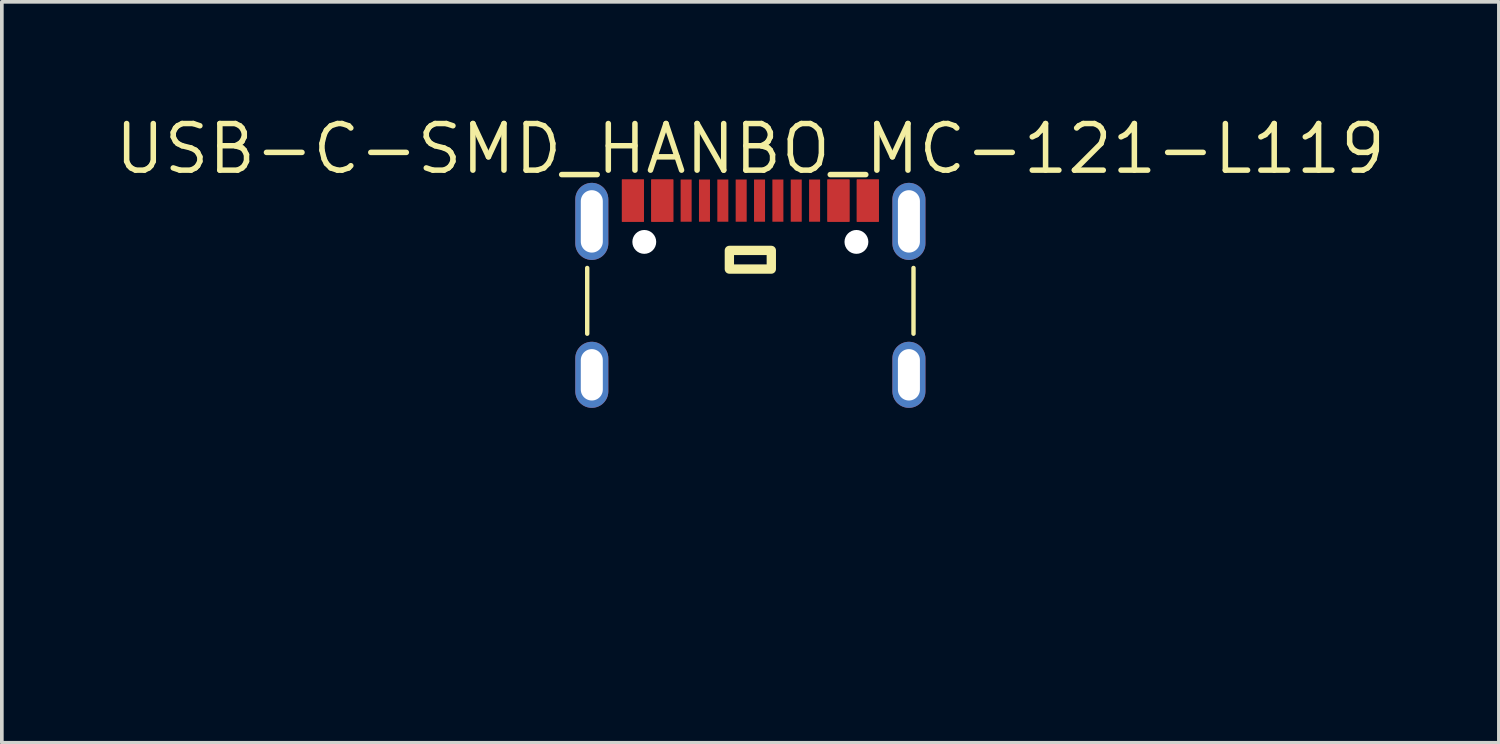
<source format=kicad_pcb>
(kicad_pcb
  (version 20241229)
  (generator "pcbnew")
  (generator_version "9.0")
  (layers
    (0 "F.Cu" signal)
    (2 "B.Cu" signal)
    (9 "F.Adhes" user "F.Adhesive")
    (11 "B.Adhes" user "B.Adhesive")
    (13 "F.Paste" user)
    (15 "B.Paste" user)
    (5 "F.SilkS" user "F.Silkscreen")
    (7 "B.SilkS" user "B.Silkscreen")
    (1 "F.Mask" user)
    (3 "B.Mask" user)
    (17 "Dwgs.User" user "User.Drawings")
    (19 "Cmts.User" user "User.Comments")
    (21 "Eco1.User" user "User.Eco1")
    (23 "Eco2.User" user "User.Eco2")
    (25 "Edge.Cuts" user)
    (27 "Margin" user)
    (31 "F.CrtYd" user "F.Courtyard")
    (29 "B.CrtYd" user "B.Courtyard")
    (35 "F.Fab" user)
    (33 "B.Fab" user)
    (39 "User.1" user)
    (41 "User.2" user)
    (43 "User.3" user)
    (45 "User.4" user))
  (footprint "USB-C-SMD_HANBO_MC-121-L119"
    (layer "F.Cu")
    (at 17.394 4.789)
    (property "Reference" "USB-C-SMD_HANBO_MC-121-L119" (at 0 -3.783 0) (unlocked yes) (layer "F.SilkS") (effects (font (size 1.27 1.27) (thickness 0.15))))
    (fp_line (start -4.445 1.253) (end -4.445 -0.538) (stroke (width 0.12) (type default)) (layer "F.SilkS"))
    (fp_line (start 4.445 1.253) (end 4.445 -0.538) (stroke (width 0.12) (type default)) (layer "F.SilkS"))
    (fp_rect (start -0.572 -1.016) (end 0.571 -0.508) (stroke (width 0.254) (type default)) (fill no) (layer "F.SilkS"))
    (fp_circle (center -2.89 -1.248) (end -2.74 -1.248) (stroke (width 0.3) (type default)) (fill no) (layer "Dwgs.User"))
    (fp_circle (center 2.89 -1.248) (end 3.04 -1.248) (stroke (width 0.3) (type default)) (fill no) (layer "Dwgs.User"))
    (fp_circle (center 4.47 -2.502) (end 4.5 -2.502) (stroke (width 0.06) (type default)) (fill no) (layer "User.5"))
    (pad "" np_thru_hole circle (at -2.89 -1.248) (size 0.65 0.65) (drill 0.65) (layers "*.Cu" "*.Mask"))
    (pad "" np_thru_hole circle (at 2.89 -1.248) (size 0.65 0.65) (drill 0.65) (layers "*.Cu" "*.Mask"))
    (pad "A1" smd rect (at -3.2 -2.373) (size 0.6 1.15) (layers "F.Cu" "F.Mask" "F.Paste"))
    (pad "A4" smd rect (at -2.4 -2.373) (size 0.6 1.15) (layers "F.Cu" "F.Mask" "F.Paste"))
    (pad "A5" smd rect (at -1.25 -2.373) (size 0.3 1.15) (layers "F.Cu" "F.Mask" "F.Paste"))
    (pad "A6" smd rect (at -0.25 -2.373) (size 0.3 1.15) (layers "F.Cu" "F.Mask" "F.Paste"))
    (pad "A7" smd rect (at 0.25 -2.373) (size 0.3 1.15) (layers "F.Cu" "F.Mask" "F.Paste"))
    (pad "A8" smd rect (at 1.25 -2.373) (size 0.3 1.15) (layers "F.Cu" "F.Mask" "F.Paste"))
    (pad "A9" smd rect (at 2.4 -2.373) (size 0.6 1.15) (layers "F.Cu" "F.Mask" "F.Paste"))
    (pad "A12" smd rect (at 3.2 -2.373) (size 0.6 1.15) (layers "F.Cu" "F.Mask" "F.Paste"))
    (pad "B1" smd rect (at 3.2 -2.373) (size 0.6 1.15) (layers "F.Cu" "F.Mask" "F.Paste"))
    (pad "B4" smd rect (at 2.4 -2.373) (size 0.6 1.15) (layers "F.Cu" "F.Mask" "F.Paste"))
    (pad "B5" smd rect (at 1.75 -2.373) (size 0.3 1.15) (layers "F.Cu" "F.Mask" "F.Paste"))
    (pad "B6" smd rect (at 0.75 -2.373) (size 0.3 1.15) (layers "F.Cu" "F.Mask" "F.Paste"))
    (pad "B7" smd rect (at -0.75 -2.373) (size 0.3 1.15) (layers "F.Cu" "F.Mask" "F.Paste"))
    (pad "B8" smd rect (at -1.75 -2.373) (size 0.3 1.15) (layers "F.Cu" "F.Mask" "F.Paste"))
    (pad "B9" smd rect (at -2.4 -2.373) (size 0.6 1.15) (layers "F.Cu" "F.Mask" "F.Paste"))
    (pad "B12" smd rect (at -3.2 -2.373) (size 0.6 1.15) (layers "F.Cu" "F.Mask" "F.Paste"))
    (pad "S1" thru_hole oval (at -4.32 -1.807) (size 0.9 2.1) (drill oval 0.6 1.7) (layers "*.Cu" "*.Mask"))
    (pad "S1" thru_hole oval (at -4.32 2.373) (size 0.9 1.8) (drill oval 0.6 1.4) (layers "*.Cu" "*.Mask"))
    (pad "S1" thru_hole oval (at 4.32 -1.807) (size 0.9 2.1) (drill oval 0.6 1.7) (layers "*.Cu" "*.Mask"))
    (pad "S1" thru_hole oval (at 4.32 2.373) (size 0.9 1.8) (drill oval 0.6 1.4) (layers "*.Cu" "*.Mask"))
    (zone (net_name "") (layer "F.Paste") (hatch edge 0.5) (priority 100) (connect_pads yes) (min_thickness 0) (filled_areas_thickness no) (fill yes) (polygon (pts (xy 13.894 1.841) (xy 13.894 2.991) (xy 14.494 2.991) (xy 14.494 1.841))) (filled_polygon (layer "F.Paste") (island) (pts (xy 13.894 1.841) (xy 13.894 2.991) (xy 14.494 2.991) (xy 14.494 1.841))))
    (zone (net_name "") (layer "F.Paste") (hatch edge 0.5) (priority 100) (connect_pads yes) (min_thickness 0) (filled_areas_thickness no) (fill yes) (polygon (pts (xy 14.694 1.841) (xy 14.694 2.991) (xy 15.294 2.991) (xy 15.294 1.841))) (filled_polygon (layer "F.Paste") (island) (pts (xy 14.694 1.841) (xy 14.694 2.991) (xy 15.294 2.991) (xy 15.294 1.841))))
    (zone (net_name "") (layer "F.Paste") (hatch edge 0.5) (priority 100) (connect_pads yes) (min_thickness 0) (filled_areas_thickness no) (fill yes) (polygon (pts (xy 15.794 2.991) (xy 15.794 1.841) (xy 15.494 1.841) (xy 15.494 2.991))) (filled_polygon (layer "F.Paste") (island) (pts (xy 15.794 2.991) (xy 15.794 1.841) (xy 15.494 1.841) (xy 15.494 2.991))))
    (zone (net_name "") (layer "F.Paste") (hatch edge 0.5) (priority 100) (connect_pads yes) (min_thickness 0) (filled_areas_thickness no) (fill yes) (polygon (pts (xy 16.294 2.991) (xy 16.294 1.841) (xy 15.994 1.841) (xy 15.994 2.991))) (filled_polygon (layer "F.Paste") (island) (pts (xy 16.294 2.991) (xy 16.294 1.841) (xy 15.994 1.841) (xy 15.994 2.991))))
    (zone (net_name "") (layer "F.Paste") (hatch edge 0.5) (priority 100) (connect_pads yes) (min_thickness 0) (filled_areas_thickness no) (fill yes) (polygon (pts (xy 16.794 2.991) (xy 16.794 1.841) (xy 16.494 1.841) (xy 16.494 2.991))) (filled_polygon (layer "F.Paste") (island) (pts (xy 16.794 2.991) (xy 16.794 1.841) (xy 16.494 1.841) (xy 16.494 2.991))))
    (zone (net_name "") (layer "F.Paste") (hatch edge 0.5) (priority 100) (connect_pads yes) (min_thickness 0) (filled_areas_thickness no) (fill yes) (polygon (pts (xy 17.294 2.991) (xy 17.294 1.841) (xy 16.994 1.841) (xy 16.994 2.991))) (filled_polygon (layer "F.Paste") (island) (pts (xy 17.294 2.991) (xy 17.294 1.841) (xy 16.994 1.841) (xy 16.994 2.991))))
    (zone (net_name "") (layer "F.Paste") (hatch edge 0.5) (priority 100) (connect_pads yes) (min_thickness 0) (filled_areas_thickness no) (fill yes) (polygon (pts (xy 17.794 2.991) (xy 17.794 1.841) (xy 17.494 1.841) (xy 17.494 2.991))) (filled_polygon (layer "F.Paste") (island) (pts (xy 17.794 2.991) (xy 17.794 1.841) (xy 17.494 1.841) (xy 17.494 2.991))))
    (zone (net_name "") (layer "F.Paste") (hatch edge 0.5) (priority 100) (connect_pads yes) (min_thickness 0) (filled_areas_thickness no) (fill yes) (polygon (pts (xy 18.294 2.991) (xy 18.294 1.841) (xy 17.994 1.841) (xy 17.994 2.991))) (filled_polygon (layer "F.Paste") (island) (pts (xy 18.294 2.991) (xy 18.294 1.841) (xy 17.994 1.841) (xy 17.994 2.991))))
    (zone (net_name "") (layer "F.Paste") (hatch edge 0.5) (priority 100) (connect_pads yes) (min_thickness 0) (filled_areas_thickness no) (fill yes) (polygon (pts (xy 18.794 2.991) (xy 18.794 1.841) (xy 18.494 1.841) (xy 18.494 2.991))) (filled_polygon (layer "F.Paste") (island) (pts (xy 18.794 2.991) (xy 18.794 1.841) (xy 18.494 1.841) (xy 18.494 2.991))))
    (zone (net_name "") (layer "F.Paste") (hatch edge 0.5) (priority 100) (connect_pads yes) (min_thickness 0) (filled_areas_thickness no) (fill yes) (polygon (pts (xy 18.994 1.841) (xy 18.994 2.991) (xy 19.294 2.991) (xy 19.294 1.841))) (filled_polygon (layer "F.Paste") (island) (pts (xy 18.994 1.841) (xy 18.994 2.991) (xy 19.294 2.991) (xy 19.294 1.841))))
    (zone (net_name "") (layer "F.Paste") (hatch edge 0.5) (priority 100) (connect_pads yes) (min_thickness 0) (filled_areas_thickness no) (fill yes) (polygon (pts (xy 19.494 1.841) (xy 19.494 2.991) (xy 20.094 2.991) (xy 20.094 1.841))) (filled_polygon (layer "F.Paste") (island) (pts (xy 19.494 1.841) (xy 19.494 2.991) (xy 20.094 2.991) (xy 20.094 1.841))))
    (zone (net_name "") (layer "F.Paste") (hatch edge 0.5) (priority 100) (connect_pads yes) (min_thickness 0) (filled_areas_thickness no) (fill yes) (polygon (pts (xy 20.894 2.991) (xy 20.894 1.841) (xy 20.294 1.841) (xy 20.294 2.991))) (filled_polygon (layer "F.Paste") (island) (pts (xy 20.894 2.991) (xy 20.894 1.841) (xy 20.294 1.841) (xy 20.294 2.991))))
    (zone (net_name "") (layer "F.Paste") (hatch edge 0.5) (priority 100) (connect_pads yes) (min_thickness 0) (filled_areas_thickness no) (fill yes) (polygon (pts (xy 13.063 1.931) (xy 13.041 1.933) (xy 13.018 1.935) (xy 12.996 1.938) (xy 12.974 1.943) (xy 12.952 1.948) (xy 12.931 1.955) (xy 12.91 1.962) (xy 12.889 1.971) (xy 12.869 1.981) (xy 12.849 1.992) (xy 12.83 2.003) (xy 12.812 2.016) (xy 12.794 2.03) (xy 12.776 2.044) (xy 12.76 2.059) (xy 12.744 2.075) (xy 12.73 2.092) (xy 12.716 2.11) (xy 12.702 2.128) (xy 12.69 2.147) (xy 12.679 2.166) (xy 12.669 2.186) (xy 12.66 2.207) (xy 12.651 2.227) (xy 12.644 2.249) (xy 12.638 2.27) (xy 12.633 2.292) (xy 12.629 2.314) (xy 12.626 2.337) (xy 12.625 2.359) (xy 12.624 2.381) (xy 12.624 3.581) (xy 12.625 3.604) (xy 12.626 3.626) (xy 12.629 3.648) (xy 12.633 3.671) (xy 12.638 3.692) (xy 12.644 3.714) (xy 12.651 3.735) (xy 12.66 3.756) (xy 12.669 3.777) (xy 12.679 3.797) (xy 12.69 3.816) (xy 12.702 3.835) (xy 12.716 3.853) (xy 12.73 3.871) (xy 12.744 3.888) (xy 12.76 3.904) (xy 12.776 3.919) (xy 12.794 3.933) (xy 12.812 3.947) (xy 12.83 3.959) (xy 12.849 3.971) (xy 12.869 3.982) (xy 12.889 3.991) (xy 12.91 4) (xy 12.931 4.008) (xy 12.952 4.015) (xy 12.974 4.02) (xy 12.996 4.024) (xy 13.018 4.028) (xy 13.041 4.03) (xy 13.063 4.031) (xy 13.085 4.031) (xy 13.108 4.03) (xy 13.13 4.028) (xy 13.152 4.024) (xy 13.174 4.02) (xy 13.196 4.015) (xy 13.218 4.008) (xy 13.239 4) (xy 13.259 3.991) (xy 13.28 3.982) (xy 13.299 3.971) (xy 13.318 3.959) (xy 13.337 3.947) (xy 13.355 3.933) (xy 13.372 3.919) (xy 13.388 3.904) (xy 13.404 3.888) (xy 13.419 3.871) (xy 13.433 3.853) (xy 13.446 3.835) (xy 13.458 3.816) (xy 13.469 3.797) (xy 13.48 3.777) (xy 13.489 3.756) (xy 13.497 3.735) (xy 13.504 3.714) (xy 13.51 3.692) (xy 13.515 3.671) (xy 13.519 3.648) (xy 13.522 3.626) (xy 13.524 3.604) (xy 13.524 3.581) (xy 13.524 2.381) (xy 13.524 2.359) (xy 13.522 2.337) (xy 13.519 2.314) (xy 13.515 2.292) (xy 13.51 2.27) (xy 13.504 2.249) (xy 13.497 2.227) (xy 13.489 2.207) (xy 13.48 2.186) (xy 13.469 2.166) (xy 13.458 2.147) (xy 13.446 2.128) (xy 13.433 2.11) (xy 13.419 2.092) (xy 13.404 2.075) (xy 13.388 2.059) (xy 13.372 2.044) (xy 13.355 2.03) (xy 13.337 2.016) (xy 13.318 2.003) (xy 13.299 1.992) (xy 13.28 1.981) (xy 13.259 1.971) (xy 13.239 1.962) (xy 13.218 1.955) (xy 13.196 1.948) (xy 13.174 1.943) (xy 13.152 1.938) (xy 13.13 1.935) (xy 13.108 1.933) (xy 13.085 1.931))) (filled_polygon (layer "F.Paste") (island) (pts (xy 13.063 1.931) (xy 13.041 1.933) (xy 13.018 1.935) (xy 12.996 1.938) (xy 12.974 1.943) (xy 12.952 1.948) (xy 12.931 1.955) (xy 12.91 1.962) (xy 12.889 1.971) (xy 12.869 1.981) (xy 12.849 1.992) (xy 12.83 2.003) (xy 12.812 2.016) (xy 12.794 2.03) (xy 12.776 2.044) (xy 12.76 2.059) (xy 12.744 2.075) (xy 12.73 2.092) (xy 12.716 2.11) (xy 12.702 2.128) (xy 12.69 2.147) (xy 12.679 2.166) (xy 12.669 2.186) (xy 12.66 2.207) (xy 12.651 2.227) (xy 12.644 2.249) (xy 12.638 2.27) (xy 12.633 2.292) (xy 12.629 2.314) (xy 12.626 2.337) (xy 12.625 2.359) (xy 12.624 2.381) (xy 12.624 3.581) (xy 12.625 3.604) (xy 12.626 3.626) (xy 12.629 3.648) (xy 12.633 3.671) (xy 12.638 3.692) (xy 12.644 3.714) (xy 12.651 3.735) (xy 12.66 3.756) (xy 12.669 3.777) (xy 12.679 3.797) (xy 12.69 3.816) (xy 12.702 3.835) (xy 12.716 3.853) (xy 12.73 3.871) (xy 12.744 3.888) (xy 12.76 3.904) (xy 12.776 3.919) (xy 12.794 3.933) (xy 12.812 3.947) (xy 12.83 3.959) (xy 12.849 3.971) (xy 12.869 3.982) (xy 12.889 3.991) (xy 12.91 4) (xy 12.931 4.008) (xy 12.952 4.015) (xy 12.974 4.02) (xy 12.996 4.024) (xy 13.018 4.028) (xy 13.041 4.03) (xy 13.063 4.031) (xy 13.085 4.031) (xy 13.108 4.03) (xy 13.13 4.028) (xy 13.152 4.024) (xy 13.174 4.02) (xy 13.196 4.015) (xy 13.218 4.008) (xy 13.239 4) (xy 13.259 3.991) (xy 13.28 3.982) (xy 13.299 3.971) (xy 13.318 3.959) (xy 13.337 3.947) (xy 13.355 3.933) (xy 13.372 3.919) (xy 13.388 3.904) (xy 13.404 3.888) (xy 13.419 3.871) (xy 13.433 3.853) (xy 13.446 3.835) (xy 13.458 3.816) (xy 13.469 3.797) (xy 13.48 3.777) (xy 13.489 3.756) (xy 13.497 3.735) (xy 13.504 3.714) (xy 13.51 3.692) (xy 13.515 3.671) (xy 13.519 3.648) (xy 13.522 3.626) (xy 13.524 3.604) (xy 13.524 3.581) (xy 13.524 2.381) (xy 13.524 2.359) (xy 13.522 2.337) (xy 13.519 2.314) (xy 13.515 2.292) (xy 13.51 2.27) (xy 13.504 2.249) (xy 13.497 2.227) (xy 13.489 2.207) (xy 13.48 2.186) (xy 13.469 2.166) (xy 13.458 2.147) (xy 13.446 2.128) (xy 13.433 2.11) (xy 13.419 2.092) (xy 13.404 2.075) (xy 13.388 2.059) (xy 13.372 2.044) (xy 13.355 2.03) (xy 13.337 2.016) (xy 13.318 2.003) (xy 13.299 1.992) (xy 13.28 1.981) (xy 13.259 1.971) (xy 13.239 1.962) (xy 13.218 1.955) (xy 13.196 1.948) (xy 13.174 1.943) (xy 13.152 1.938) (xy 13.13 1.935) (xy 13.108 1.933) (xy 13.085 1.931))))
    (zone (net_name "") (layer "F.Paste") (hatch edge 0.5) (priority 100) (connect_pads yes) (min_thickness 0) (filled_areas_thickness no) (fill yes) (polygon (pts (xy 13.108 6.263) (xy 13.085 6.261) (xy 13.063 6.261) (xy 13.041 6.263) (xy 13.018 6.265) (xy 12.996 6.268) (xy 12.974 6.272) (xy 12.952 6.278) (xy 12.931 6.285) (xy 12.91 6.292) (xy 12.889 6.301) (xy 12.869 6.311) (xy 12.849 6.322) (xy 12.83 6.333) (xy 12.812 6.346) (xy 12.794 6.359) (xy 12.776 6.374) (xy 12.76 6.389) (xy 12.744 6.405) (xy 12.73 6.422) (xy 12.716 6.439) (xy 12.702 6.458) (xy 12.69 6.477) (xy 12.679 6.496) (xy 12.669 6.516) (xy 12.66 6.536) (xy 12.651 6.557) (xy 12.644 6.579) (xy 12.638 6.6) (xy 12.633 6.622) (xy 12.629 6.644) (xy 12.626 6.666) (xy 12.625 6.689) (xy 12.624 6.711) (xy 12.624 7.611) (xy 12.625 7.634) (xy 12.626 7.656) (xy 12.629 7.678) (xy 12.633 7.7) (xy 12.638 7.722) (xy 12.644 7.744) (xy 12.651 7.765) (xy 12.66 7.786) (xy 12.669 7.806) (xy 12.679 7.826) (xy 12.69 7.846) (xy 12.702 7.865) (xy 12.716 7.883) (xy 12.73 7.901) (xy 12.744 7.917) (xy 12.76 7.933) (xy 12.776 7.949) (xy 12.794 7.963) (xy 12.812 7.977) (xy 12.83 7.989) (xy 12.849 8.001) (xy 12.869 8.012) (xy 12.889 8.021) (xy 12.91 8.03) (xy 12.931 8.038) (xy 12.952 8.044) (xy 12.974 8.05) (xy 12.996 8.054) (xy 13.018 8.058) (xy 13.041 8.06) (xy 13.063 8.061) (xy 13.085 8.061) (xy 13.108 8.06) (xy 13.13 8.058) (xy 13.152 8.054) (xy 13.174 8.05) (xy 13.196 8.044) (xy 13.218 8.038) (xy 13.239 8.03) (xy 13.259 8.021) (xy 13.28 8.012) (xy 13.299 8.001) (xy 13.318 7.989) (xy 13.337 7.977) (xy 13.355 7.963) (xy 13.372 7.949) (xy 13.388 7.933) (xy 13.404 7.917) (xy 13.419 7.901) (xy 13.433 7.883) (xy 13.446 7.865) (xy 13.458 7.846) (xy 13.469 7.826) (xy 13.48 7.806) (xy 13.489 7.786) (xy 13.497 7.765) (xy 13.504 7.744) (xy 13.51 7.722) (xy 13.515 7.7) (xy 13.519 7.678) (xy 13.522 7.656) (xy 13.524 7.634) (xy 13.524 7.611) (xy 13.524 6.711) (xy 13.524 6.689) (xy 13.522 6.666) (xy 13.519 6.644) (xy 13.515 6.622) (xy 13.51 6.6) (xy 13.504 6.579) (xy 13.497 6.557) (xy 13.489 6.536) (xy 13.48 6.516) (xy 13.469 6.496) (xy 13.458 6.477) (xy 13.446 6.458) (xy 13.433 6.439) (xy 13.419 6.422) (xy 13.404 6.405) (xy 13.388 6.389) (xy 13.372 6.374) (xy 13.355 6.359) (xy 13.337 6.346) (xy 13.318 6.333) (xy 13.299 6.322) (xy 13.28 6.311) (xy 13.259 6.301) (xy 13.239 6.292) (xy 13.218 6.285) (xy 13.196 6.278) (xy 13.174 6.272) (xy 13.152 6.268) (xy 13.13 6.265))) (filled_polygon (layer "F.Paste") (island) (pts (xy 13.108 6.263) (xy 13.085 6.261) (xy 13.063 6.261) (xy 13.041 6.263) (xy 13.018 6.265) (xy 12.996 6.268) (xy 12.974 6.272) (xy 12.952 6.278) (xy 12.931 6.285) (xy 12.91 6.292) (xy 12.889 6.301) (xy 12.869 6.311) (xy 12.849 6.322) (xy 12.83 6.333) (xy 12.812 6.346) (xy 12.794 6.359) (xy 12.776 6.374) (xy 12.76 6.389) (xy 12.744 6.405) (xy 12.73 6.422) (xy 12.716 6.439) (xy 12.702 6.458) (xy 12.69 6.477) (xy 12.679 6.496) (xy 12.669 6.516) (xy 12.66 6.536) (xy 12.651 6.557) (xy 12.644 6.579) (xy 12.638 6.6) (xy 12.633 6.622) (xy 12.629 6.644) (xy 12.626 6.666) (xy 12.625 6.689) (xy 12.624 6.711) (xy 12.624 7.611) (xy 12.625 7.634) (xy 12.626 7.656) (xy 12.629 7.678) (xy 12.633 7.7) (xy 12.638 7.722) (xy 12.644 7.744) (xy 12.651 7.765) (xy 12.66 7.786) (xy 12.669 7.806) (xy 12.679 7.826) (xy 12.69 7.846) (xy 12.702 7.865) (xy 12.716 7.883) (xy 12.73 7.901) (xy 12.744 7.917) (xy 12.76 7.933) (xy 12.776 7.949) (xy 12.794 7.963) (xy 12.812 7.977) (xy 12.83 7.989) (xy 12.849 8.001) (xy 12.869 8.012) (xy 12.889 8.021) (xy 12.91 8.03) (xy 12.931 8.038) (xy 12.952 8.044) (xy 12.974 8.05) (xy 12.996 8.054) (xy 13.018 8.058) (xy 13.041 8.06) (xy 13.063 8.061) (xy 13.085 8.061) (xy 13.108 8.06) (xy 13.13 8.058) (xy 13.152 8.054) (xy 13.174 8.05) (xy 13.196 8.044) (xy 13.218 8.038) (xy 13.239 8.03) (xy 13.259 8.021) (xy 13.28 8.012) (xy 13.299 8.001) (xy 13.318 7.989) (xy 13.337 7.977) (xy 13.355 7.963) (xy 13.372 7.949) (xy 13.388 7.933) (xy 13.404 7.917) (xy 13.419 7.901) (xy 13.433 7.883) (xy 13.446 7.865) (xy 13.458 7.846) (xy 13.469 7.826) (xy 13.48 7.806) (xy 13.489 7.786) (xy 13.497 7.765) (xy 13.504 7.744) (xy 13.51 7.722) (xy 13.515 7.7) (xy 13.519 7.678) (xy 13.522 7.656) (xy 13.524 7.634) (xy 13.524 7.611) (xy 13.524 6.711) (xy 13.524 6.689) (xy 13.522 6.666) (xy 13.519 6.644) (xy 13.515 6.622) (xy 13.51 6.6) (xy 13.504 6.579) (xy 13.497 6.557) (xy 13.489 6.536) (xy 13.48 6.516) (xy 13.469 6.496) (xy 13.458 6.477) (xy 13.446 6.458) (xy 13.433 6.439) (xy 13.419 6.422) (xy 13.404 6.405) (xy 13.388 6.389) (xy 13.372 6.374) (xy 13.355 6.359) (xy 13.337 6.346) (xy 13.318 6.333) (xy 13.299 6.322) (xy 13.28 6.311) (xy 13.259 6.301) (xy 13.239 6.292) (xy 13.218 6.285) (xy 13.196 6.278) (xy 13.174 6.272) (xy 13.152 6.268) (xy 13.13 6.265))))
    (zone (net_name "") (layer "F.Paste") (hatch edge 0.5) (priority 100) (connect_pads yes) (min_thickness 0) (filled_areas_thickness no) (fill yes) (polygon (pts (xy 21.703 1.931) (xy 21.68 1.933) (xy 21.658 1.935) (xy 21.636 1.938) (xy 21.614 1.943) (xy 21.592 1.948) (xy 21.571 1.955) (xy 21.55 1.962) (xy 21.529 1.971) (xy 21.509 1.981) (xy 21.489 1.992) (xy 21.47 2.003) (xy 21.451 2.016) (xy 21.433 2.03) (xy 21.416 2.044) (xy 21.4 2.059) (xy 21.384 2.075) (xy 21.369 2.092) (xy 21.355 2.11) (xy 21.342 2.128) (xy 21.33 2.147) (xy 21.319 2.166) (xy 21.309 2.186) (xy 21.299 2.207) (xy 21.291 2.227) (xy 21.284 2.249) (xy 21.278 2.27) (xy 21.273 2.292) (xy 21.269 2.314) (xy 21.266 2.337) (xy 21.265 2.359) (xy 21.264 2.381) (xy 21.264 3.581) (xy 21.265 3.604) (xy 21.266 3.626) (xy 21.269 3.648) (xy 21.273 3.671) (xy 21.278 3.692) (xy 21.284 3.714) (xy 21.291 3.735) (xy 21.299 3.756) (xy 21.309 3.777) (xy 21.319 3.797) (xy 21.33 3.816) (xy 21.342 3.835) (xy 21.355 3.853) (xy 21.369 3.871) (xy 21.384 3.888) (xy 21.4 3.904) (xy 21.416 3.919) (xy 21.433 3.933) (xy 21.451 3.947) (xy 21.47 3.959) (xy 21.489 3.971) (xy 21.509 3.982) (xy 21.529 3.991) (xy 21.55 4) (xy 21.571 4.008) (xy 21.592 4.015) (xy 21.614 4.02) (xy 21.636 4.024) (xy 21.658 4.028) (xy 21.68 4.03) (xy 21.703 4.031) (xy 21.725 4.031) (xy 21.748 4.03) (xy 21.77 4.028) (xy 21.792 4.024) (xy 21.814 4.02) (xy 21.836 4.015) (xy 21.857 4.008) (xy 21.878 4) (xy 21.899 3.991) (xy 21.919 3.982) (xy 21.939 3.971) (xy 21.958 3.959) (xy 21.977 3.947) (xy 21.995 3.933) (xy 22.012 3.919) (xy 22.028 3.904) (xy 22.044 3.888) (xy 22.059 3.871) (xy 22.073 3.853) (xy 22.086 3.835) (xy 22.098 3.816) (xy 22.109 3.797) (xy 22.119 3.777) (xy 22.129 3.756) (xy 22.137 3.735) (xy 22.144 3.714) (xy 22.15 3.692) (xy 22.155 3.671) (xy 22.159 3.648) (xy 22.162 3.626) (xy 22.164 3.604) (xy 22.164 3.581) (xy 22.164 2.381) (xy 22.164 2.359) (xy 22.162 2.337) (xy 22.159 2.314) (xy 22.155 2.292) (xy 22.15 2.27) (xy 22.144 2.249) (xy 22.137 2.227) (xy 22.129 2.207) (xy 22.119 2.186) (xy 22.109 2.166) (xy 22.098 2.147) (xy 22.086 2.128) (xy 22.073 2.11) (xy 22.059 2.092) (xy 22.044 2.075) (xy 22.028 2.059) (xy 22.012 2.044) (xy 21.995 2.03) (xy 21.977 2.016) (xy 21.958 2.003) (xy 21.939 1.992) (xy 21.919 1.981) (xy 21.899 1.971) (xy 21.878 1.962) (xy 21.857 1.955) (xy 21.836 1.948) (xy 21.814 1.943) (xy 21.792 1.938) (xy 21.77 1.935) (xy 21.748 1.933) (xy 21.725 1.931))) (filled_polygon (layer "F.Paste") (island) (pts (xy 21.703 1.931) (xy 21.68 1.933) (xy 21.658 1.935) (xy 21.636 1.938) (xy 21.614 1.943) (xy 21.592 1.948) (xy 21.571 1.955) (xy 21.55 1.962) (xy 21.529 1.971) (xy 21.509 1.981) (xy 21.489 1.992) (xy 21.47 2.003) (xy 21.451 2.016) (xy 21.433 2.03) (xy 21.416 2.044) (xy 21.4 2.059) (xy 21.384 2.075) (xy 21.369 2.092) (xy 21.355 2.11) (xy 21.342 2.128) (xy 21.33 2.147) (xy 21.319 2.166) (xy 21.309 2.186) (xy 21.299 2.207) (xy 21.291 2.227) (xy 21.284 2.249) (xy 21.278 2.27) (xy 21.273 2.292) (xy 21.269 2.314) (xy 21.266 2.337) (xy 21.265 2.359) (xy 21.264 2.381) (xy 21.264 3.581) (xy 21.265 3.604) (xy 21.266 3.626) (xy 21.269 3.648) (xy 21.273 3.671) (xy 21.278 3.692) (xy 21.284 3.714) (xy 21.291 3.735) (xy 21.299 3.756) (xy 21.309 3.777) (xy 21.319 3.797) (xy 21.33 3.816) (xy 21.342 3.835) (xy 21.355 3.853) (xy 21.369 3.871) (xy 21.384 3.888) (xy 21.4 3.904) (xy 21.416 3.919) (xy 21.433 3.933) (xy 21.451 3.947) (xy 21.47 3.959) (xy 21.489 3.971) (xy 21.509 3.982) (xy 21.529 3.991) (xy 21.55 4) (xy 21.571 4.008) (xy 21.592 4.015) (xy 21.614 4.02) (xy 21.636 4.024) (xy 21.658 4.028) (xy 21.68 4.03) (xy 21.703 4.031) (xy 21.725 4.031) (xy 21.748 4.03) (xy 21.77 4.028) (xy 21.792 4.024) (xy 21.814 4.02) (xy 21.836 4.015) (xy 21.857 4.008) (xy 21.878 4) (xy 21.899 3.991) (xy 21.919 3.982) (xy 21.939 3.971) (xy 21.958 3.959) (xy 21.977 3.947) (xy 21.995 3.933) (xy 22.012 3.919) (xy 22.028 3.904) (xy 22.044 3.888) (xy 22.059 3.871) (xy 22.073 3.853) (xy 22.086 3.835) (xy 22.098 3.816) (xy 22.109 3.797) (xy 22.119 3.777) (xy 22.129 3.756) (xy 22.137 3.735) (xy 22.144 3.714) (xy 22.15 3.692) (xy 22.155 3.671) (xy 22.159 3.648) (xy 22.162 3.626) (xy 22.164 3.604) (xy 22.164 3.581) (xy 22.164 2.381) (xy 22.164 2.359) (xy 22.162 2.337) (xy 22.159 2.314) (xy 22.155 2.292) (xy 22.15 2.27) (xy 22.144 2.249) (xy 22.137 2.227) (xy 22.129 2.207) (xy 22.119 2.186) (xy 22.109 2.166) (xy 22.098 2.147) (xy 22.086 2.128) (xy 22.073 2.11) (xy 22.059 2.092) (xy 22.044 2.075) (xy 22.028 2.059) (xy 22.012 2.044) (xy 21.995 2.03) (xy 21.977 2.016) (xy 21.958 2.003) (xy 21.939 1.992) (xy 21.919 1.981) (xy 21.899 1.971) (xy 21.878 1.962) (xy 21.857 1.955) (xy 21.836 1.948) (xy 21.814 1.943) (xy 21.792 1.938) (xy 21.77 1.935) (xy 21.748 1.933) (xy 21.725 1.931))))
    (zone (net_name "") (layer "F.Paste") (hatch edge 0.5) (priority 100) (connect_pads yes) (min_thickness 0) (filled_areas_thickness no) (fill yes) (polygon (pts (xy 21.748 6.263) (xy 21.725 6.261) (xy 21.703 6.261) (xy 21.68 6.263) (xy 21.658 6.265) (xy 21.636 6.268) (xy 21.614 6.272) (xy 21.592 6.278) (xy 21.571 6.285) (xy 21.55 6.292) (xy 21.529 6.301) (xy 21.509 6.311) (xy 21.489 6.322) (xy 21.47 6.333) (xy 21.451 6.346) (xy 21.433 6.359) (xy 21.416 6.374) (xy 21.4 6.389) (xy 21.384 6.405) (xy 21.369 6.422) (xy 21.355 6.439) (xy 21.342 6.458) (xy 21.33 6.477) (xy 21.319 6.496) (xy 21.309 6.516) (xy 21.299 6.536) (xy 21.291 6.557) (xy 21.284 6.579) (xy 21.278 6.6) (xy 21.273 6.622) (xy 21.269 6.644) (xy 21.266 6.666) (xy 21.265 6.689) (xy 21.264 6.711) (xy 21.264 7.611) (xy 21.265 7.634) (xy 21.266 7.656) (xy 21.269 7.678) (xy 21.273 7.7) (xy 21.278 7.722) (xy 21.284 7.744) (xy 21.291 7.765) (xy 21.299 7.786) (xy 21.309 7.806) (xy 21.319 7.826) (xy 21.33 7.846) (xy 21.342 7.865) (xy 21.355 7.883) (xy 21.369 7.901) (xy 21.384 7.917) (xy 21.4 7.933) (xy 21.416 7.949) (xy 21.433 7.963) (xy 21.451 7.977) (xy 21.47 7.989) (xy 21.489 8.001) (xy 21.509 8.012) (xy 21.529 8.021) (xy 21.55 8.03) (xy 21.571 8.038) (xy 21.592 8.044) (xy 21.614 8.05) (xy 21.636 8.054) (xy 21.658 8.058) (xy 21.68 8.06) (xy 21.703 8.061) (xy 21.725 8.061) (xy 21.748 8.06) (xy 21.77 8.058) (xy 21.792 8.054) (xy 21.814 8.05) (xy 21.836 8.044) (xy 21.857 8.038) (xy 21.878 8.03) (xy 21.899 8.021) (xy 21.919 8.012) (xy 21.939 8.001) (xy 21.958 7.989) (xy 21.977 7.977) (xy 21.995 7.963) (xy 22.012 7.949) (xy 22.028 7.933) (xy 22.044 7.917) (xy 22.059 7.901) (xy 22.073 7.883) (xy 22.086 7.865) (xy 22.098 7.846) (xy 22.109 7.826) (xy 22.119 7.806) (xy 22.129 7.786) (xy 22.137 7.765) (xy 22.144 7.744) (xy 22.15 7.722) (xy 22.155 7.7) (xy 22.159 7.678) (xy 22.162 7.656) (xy 22.164 7.634) (xy 22.164 7.611) (xy 22.164 6.711) (xy 22.164 6.689) (xy 22.162 6.666) (xy 22.159 6.644) (xy 22.155 6.622) (xy 22.15 6.6) (xy 22.144 6.579) (xy 22.137 6.557) (xy 22.129 6.536) (xy 22.119 6.516) (xy 22.109 6.496) (xy 22.098 6.477) (xy 22.086 6.458) (xy 22.073 6.439) (xy 22.059 6.422) (xy 22.044 6.405) (xy 22.028 6.389) (xy 22.012 6.374) (xy 21.995 6.359) (xy 21.977 6.346) (xy 21.958 6.333) (xy 21.939 6.322) (xy 21.919 6.311) (xy 21.899 6.301) (xy 21.878 6.292) (xy 21.857 6.285) (xy 21.836 6.278) (xy 21.814 6.272) (xy 21.792 6.268) (xy 21.77 6.265))) (filled_polygon (layer "F.Paste") (island) (pts (xy 21.748 6.263) (xy 21.725 6.261) (xy 21.703 6.261) (xy 21.68 6.263) (xy 21.658 6.265) (xy 21.636 6.268) (xy 21.614 6.272) (xy 21.592 6.278) (xy 21.571 6.285) (xy 21.55 6.292) (xy 21.529 6.301) (xy 21.509 6.311) (xy 21.489 6.322) (xy 21.47 6.333) (xy 21.451 6.346) (xy 21.433 6.359) (xy 21.416 6.374) (xy 21.4 6.389) (xy 21.384 6.405) (xy 21.369 6.422) (xy 21.355 6.439) (xy 21.342 6.458) (xy 21.33 6.477) (xy 21.319 6.496) (xy 21.309 6.516) (xy 21.299 6.536) (xy 21.291 6.557) (xy 21.284 6.579) (xy 21.278 6.6) (xy 21.273 6.622) (xy 21.269 6.644) (xy 21.266 6.666) (xy 21.265 6.689) (xy 21.264 6.711) (xy 21.264 7.611) (xy 21.265 7.634) (xy 21.266 7.656) (xy 21.269 7.678) (xy 21.273 7.7) (xy 21.278 7.722) (xy 21.284 7.744) (xy 21.291 7.765) (xy 21.299 7.786) (xy 21.309 7.806) (xy 21.319 7.826) (xy 21.33 7.846) (xy 21.342 7.865) (xy 21.355 7.883) (xy 21.369 7.901) (xy 21.384 7.917) (xy 21.4 7.933) (xy 21.416 7.949) (xy 21.433 7.963) (xy 21.451 7.977) (xy 21.47 7.989) (xy 21.489 8.001) (xy 21.509 8.012) (xy 21.529 8.021) (xy 21.55 8.03) (xy 21.571 8.038) (xy 21.592 8.044) (xy 21.614 8.05) (xy 21.636 8.054) (xy 21.658 8.058) (xy 21.68 8.06) (xy 21.703 8.061) (xy 21.725 8.061) (xy 21.748 8.06) (xy 21.77 8.058) (xy 21.792 8.054) (xy 21.814 8.05) (xy 21.836 8.044) (xy 21.857 8.038) (xy 21.878 8.03) (xy 21.899 8.021) (xy 21.919 8.012) (xy 21.939 8.001) (xy 21.958 7.989) (xy 21.977 7.977) (xy 21.995 7.963) (xy 22.012 7.949) (xy 22.028 7.933) (xy 22.044 7.917) (xy 22.059 7.901) (xy 22.073 7.883) (xy 22.086 7.865) (xy 22.098 7.846) (xy 22.109 7.826) (xy 22.119 7.806) (xy 22.129 7.786) (xy 22.137 7.765) (xy 22.144 7.744) (xy 22.15 7.722) (xy 22.155 7.7) (xy 22.159 7.678) (xy 22.162 7.656) (xy 22.164 7.634) (xy 22.164 7.611) (xy 22.164 6.711) (xy 22.164 6.689) (xy 22.162 6.666) (xy 22.159 6.644) (xy 22.155 6.622) (xy 22.15 6.6) (xy 22.144 6.579) (xy 22.137 6.557) (xy 22.129 6.536) (xy 22.119 6.516) (xy 22.109 6.496) (xy 22.098 6.477) (xy 22.086 6.458) (xy 22.073 6.439) (xy 22.059 6.422) (xy 22.044 6.405) (xy 22.028 6.389) (xy 22.012 6.374) (xy 21.995 6.359) (xy 21.977 6.346) (xy 21.958 6.333) (xy 21.939 6.322) (xy 21.919 6.311) (xy 21.899 6.301) (xy 21.878 6.292) (xy 21.857 6.285) (xy 21.836 6.278) (xy 21.814 6.272) (xy 21.792 6.268) (xy 21.77 6.265))))
    (zone (net_name "") (layer "Dwgs.User") (hatch edge 0.5) (priority 100) (connect_pads yes) (min_thickness 0) (filled_areas_thickness no) (fill yes) (polygon (pts (arc (start 12.949191 8.0907) (mid 13.076191 7.9637) (end 13.203191 8.0907)) (xy 13.203 13.933) (xy 21.585 13.933) (arc (start 21.585191 8.0907) (mid 21.712191 7.9637) (end 21.839191 8.0907)) (arc (start 21.839191 14.0597) (mid 21.801994 14.149503) (end 21.712191 14.1867)) (arc (start 13.076191 14.1867) (mid 12.986388 14.149503) (end 12.949191 14.0597)))) (filled_polygon (layer "Dwgs.User") (island) (pts (arc (start 12.949191 8.0907) (mid 13.076191 7.9637) (end 13.203191 8.0907)) (xy 13.203 13.933) (xy 21.585 13.933) (arc (start 21.585191 8.0907) (mid 21.712191 7.9637) (end 21.839191 8.0907)) (arc (start 21.839191 14.0597) (mid 21.801994 14.149503) (end 21.712191 14.1867)) (arc (start 13.076191 14.1867) (mid 12.986388 14.149503) (end 12.949191 14.0597)))))
    (zone (net_name "") (layer "User.3") (hatch edge 0.5) (priority 100) (connect_pads yes) (min_thickness 0) (filled_areas_thickness no) (fill yes) (polygon (pts (xy 12.924 14.187) (xy 12.924 2.487) (xy 21.864 2.487) (xy 21.864 14.187))) (filled_polygon (layer "User.3") (island) (pts (xy 12.924 14.187) (xy 12.924 2.487) (xy 21.864 2.487) (xy 21.864 14.187))))
    (zone (net_name "") (layer "User.4") (hatch edge 0.5) (priority 100) (connect_pads yes) (min_thickness 0) (filled_areas_thickness no) (fill yes) (polygon (pts (xy 12.924 2.431) (xy 13.224 2.431) (xy 13.224 3.531) (xy 12.924 3.531))) (filled_polygon (layer "User.4") (island) (pts (xy 12.924 2.431) (xy 13.224 2.431) (xy 13.224 3.531) (xy 12.924 3.531))))
    (zone (net_name "") (layer "User.4") (hatch edge 0.5) (priority 100) (connect_pads yes) (min_thickness 0) (filled_areas_thickness no) (fill yes) (polygon (pts (xy 12.924 6.761) (xy 13.224 6.761) (xy 13.224 7.561) (xy 12.924 7.561))) (filled_polygon (layer "User.4") (island) (pts (xy 12.924 6.761) (xy 13.224 6.761) (xy 13.224 7.561) (xy 12.924 7.561))))
    (zone (net_name "") (layer "User.4") (hatch edge 0.5) (priority 100) (connect_pads yes) (min_thickness 0) (filled_areas_thickness no) (fill yes) (polygon (pts (xy 13.994 2.287) (xy 14.394 2.287) (xy 14.394 2.887) (xy 13.994 2.887))) (filled_polygon (layer "User.4") (island) (pts (xy 13.994 2.287) (xy 14.394 2.287) (xy 14.394 2.887) (xy 13.994 2.887))))
    (zone (net_name "") (layer "User.4") (hatch edge 0.5) (priority 100) (connect_pads yes) (min_thickness 0) (filled_areas_thickness no) (fill yes) (polygon (pts (xy 14.794 2.287) (xy 15.194 2.287) (xy 15.194 2.887) (xy 14.794 2.887))) (filled_polygon (layer "User.4") (island) (pts (xy 14.794 2.287) (xy 15.194 2.287) (xy 15.194 2.887) (xy 14.794 2.887))))
    (zone (net_name "") (layer "User.4") (hatch edge 0.5) (priority 100) (connect_pads yes) (min_thickness 0) (filled_areas_thickness no) (fill yes) (polygon (pts (xy 15.544 2.287) (xy 15.744 2.287) (xy 15.744 2.887) (xy 15.544 2.887))) (filled_polygon (layer "User.4") (island) (pts (xy 15.544 2.287) (xy 15.744 2.287) (xy 15.744 2.887) (xy 15.544 2.887))))
    (zone (net_name "") (layer "User.4") (hatch edge 0.5) (priority 100) (connect_pads yes) (min_thickness 0) (filled_areas_thickness no) (fill yes) (polygon (pts (xy 16.044 2.287) (xy 16.244 2.287) (xy 16.244 2.887) (xy 16.044 2.887))) (filled_polygon (layer "User.4") (island) (pts (xy 16.044 2.287) (xy 16.244 2.287) (xy 16.244 2.887) (xy 16.044 2.887))))
    (zone (net_name "") (layer "User.4") (hatch edge 0.5) (priority 100) (connect_pads yes) (min_thickness 0) (filled_areas_thickness no) (fill yes) (polygon (pts (xy 16.544 2.287) (xy 16.744 2.287) (xy 16.744 2.887) (xy 16.544 2.887))) (filled_polygon (layer "User.4") (island) (pts (xy 16.544 2.287) (xy 16.744 2.287) (xy 16.744 2.887) (xy 16.544 2.887))))
    (zone (net_name "") (layer "User.4") (hatch edge 0.5) (priority 100) (connect_pads yes) (min_thickness 0) (filled_areas_thickness no) (fill yes) (polygon (pts (xy 17.044 2.287) (xy 17.244 2.287) (xy 17.244 2.887) (xy 17.044 2.887))) (filled_polygon (layer "User.4") (island) (pts (xy 17.044 2.287) (xy 17.244 2.287) (xy 17.244 2.887) (xy 17.044 2.887))))
    (zone (net_name "") (layer "User.4") (hatch edge 0.5) (priority 100) (connect_pads yes) (min_thickness 0) (filled_areas_thickness no) (fill yes) (polygon (pts (xy 17.544 2.287) (xy 17.744 2.287) (xy 17.744 2.887) (xy 17.544 2.887))) (filled_polygon (layer "User.4") (island) (pts (xy 17.544 2.287) (xy 17.744 2.287) (xy 17.744 2.887) (xy 17.544 2.887))))
    (zone (net_name "") (layer "User.4") (hatch edge 0.5) (priority 100) (connect_pads yes) (min_thickness 0) (filled_areas_thickness no) (fill yes) (polygon (pts (xy 18.044 2.287) (xy 18.244 2.287) (xy 18.244 2.887) (xy 18.044 2.887))) (filled_polygon (layer "User.4") (island) (pts (xy 18.044 2.287) (xy 18.244 2.287) (xy 18.244 2.887) (xy 18.044 2.887))))
    (zone (net_name "") (layer "User.4") (hatch edge 0.5) (priority 100) (connect_pads yes) (min_thickness 0) (filled_areas_thickness no) (fill yes) (polygon (pts (xy 18.544 2.287) (xy 18.744 2.287) (xy 18.744 2.887) (xy 18.544 2.887))) (filled_polygon (layer "User.4") (island) (pts (xy 18.544 2.287) (xy 18.744 2.287) (xy 18.744 2.887) (xy 18.544 2.887))))
    (zone (net_name "") (layer "User.4") (hatch edge 0.5) (priority 100) (connect_pads yes) (min_thickness 0) (filled_areas_thickness no) (fill yes) (polygon (pts (xy 19.044 2.287) (xy 19.244 2.287) (xy 19.244 2.887) (xy 19.044 2.887))) (filled_polygon (layer "User.4") (island) (pts (xy 19.044 2.287) (xy 19.244 2.287) (xy 19.244 2.887) (xy 19.044 2.887))))
    (zone (net_name "") (layer "User.4") (hatch edge 0.5) (priority 100) (connect_pads yes) (min_thickness 0) (filled_areas_thickness no) (fill yes) (polygon (pts (xy 19.594 2.287) (xy 19.994 2.287) (xy 19.994 2.887) (xy 19.594 2.887))) (filled_polygon (layer "User.4") (island) (pts (xy 19.594 2.287) (xy 19.994 2.287) (xy 19.994 2.887) (xy 19.594 2.887))))
    (zone (net_name "") (layer "User.4") (hatch edge 0.5) (priority 100) (connect_pads yes) (min_thickness 0) (filled_areas_thickness no) (fill yes) (polygon (pts (xy 20.394 2.287) (xy 20.794 2.287) (xy 20.794 2.887) (xy 20.394 2.887))) (filled_polygon (layer "User.4") (island) (pts (xy 20.394 2.287) (xy 20.794 2.287) (xy 20.794 2.887) (xy 20.394 2.887))))
    (zone (net_name "") (layer "User.4") (hatch edge 0.5) (priority 100) (connect_pads yes) (min_thickness 0) (filled_areas_thickness no) (fill yes) (polygon (pts (xy 21.564 2.431) (xy 21.864 2.431) (xy 21.864 3.531) (xy 21.564 3.531))) (filled_polygon (layer "User.4") (island) (pts (xy 21.564 2.431) (xy 21.864 2.431) (xy 21.864 3.531) (xy 21.564 3.531))))
    (zone (net_name "") (layer "User.4") (hatch edge 0.5) (priority 100) (connect_pads yes) (min_thickness 0) (filled_areas_thickness no) (fill yes) (polygon (pts (xy 21.564 6.761) (xy 21.864 6.761) (xy 21.864 7.561) (xy 21.564 7.561))) (filled_polygon (layer "User.4") (island) (pts (xy 21.564 6.761) (xy 21.864 6.761) (xy 21.864 7.561) (xy 21.564 7.561)))))
  (gr_rect
    (start -3 -3)
    (end 37.788 17.187)
    (stroke (width 0.1) (type default))
    (fill no)
    (layer "Edge.Cuts")))
</source>
